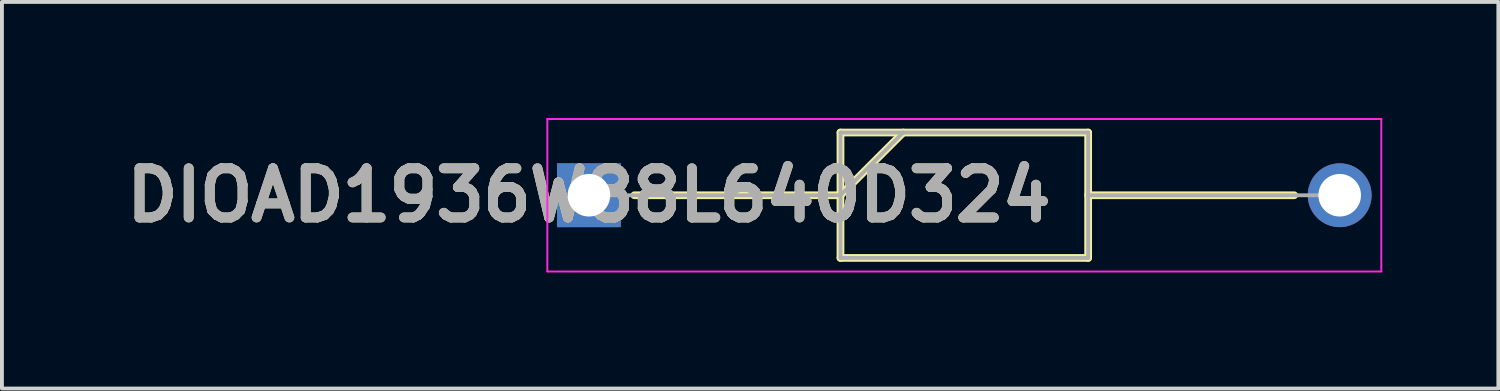
<source format=kicad_pcb>
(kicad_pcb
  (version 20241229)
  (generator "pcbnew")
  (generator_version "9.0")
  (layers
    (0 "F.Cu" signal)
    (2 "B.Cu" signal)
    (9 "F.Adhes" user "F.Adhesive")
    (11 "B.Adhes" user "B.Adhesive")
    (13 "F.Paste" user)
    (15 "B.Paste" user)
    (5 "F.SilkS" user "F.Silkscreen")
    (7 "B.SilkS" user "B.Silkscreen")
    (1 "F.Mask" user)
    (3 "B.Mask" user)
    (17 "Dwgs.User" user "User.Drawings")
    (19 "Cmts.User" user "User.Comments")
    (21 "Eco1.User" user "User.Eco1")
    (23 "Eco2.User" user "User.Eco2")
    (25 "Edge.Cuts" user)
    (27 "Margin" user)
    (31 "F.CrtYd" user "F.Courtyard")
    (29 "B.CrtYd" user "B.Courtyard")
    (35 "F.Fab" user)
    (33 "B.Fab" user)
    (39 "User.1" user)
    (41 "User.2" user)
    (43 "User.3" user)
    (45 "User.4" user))
  (footprint "DIOAD1936W88L640D324"
    (layer "F.Cu")
    (at 12.168 1.995)
    (property "Reference" "DIOAD1936W88L640D324" (at 0 0 0) (layer "F.SilkS") (effects (font (size 1.27 1.27) (thickness 0.254))))
    (attr through_hole)
    (fp_line (start 1.175 0) (end 6.5 0) (stroke (width 0.2) (type solid)) (layer "F.SilkS"))
    (fp_line (start 6.5 -1.62) (end 12.9 -1.62) (stroke (width 0.2) (type solid)) (layer "F.SilkS"))
    (fp_line (start 6.5 0) (end 8.12 -1.62) (stroke (width 0.2) (type solid)) (layer "F.SilkS"))
    (fp_line (start 6.5 1.62) (end 6.5 -1.62) (stroke (width 0.2) (type solid)) (layer "F.SilkS"))
    (fp_line (start 12.9 -1.62) (end 12.9 1.62) (stroke (width 0.2) (type solid)) (layer "F.SilkS"))
    (fp_line (start 12.9 0) (end 18.225 0) (stroke (width 0.2) (type solid)) (layer "F.SilkS"))
    (fp_line (start 12.9 1.62) (end 6.5 1.62) (stroke (width 0.2) (type solid)) (layer "F.SilkS"))
    (fp_line (start -1.075 -1.97) (end 20.475 -1.97) (stroke (width 0.05) (type solid)) (layer "F.CrtYd"))
    (fp_line (start -1.075 1.97) (end -1.075 -1.97) (stroke (width 0.05) (type solid)) (layer "F.CrtYd"))
    (fp_line (start 20.475 -1.97) (end 20.475 1.97) (stroke (width 0.05) (type solid)) (layer "F.CrtYd"))
    (fp_line (start 20.475 1.97) (end -1.075 1.97) (stroke (width 0.05) (type solid)) (layer "F.CrtYd"))
    (fp_line (start 0 0) (end 6.5 0) (stroke (width 0.1) (type solid)) (layer "F.Fab"))
    (fp_line (start 6.5 -1.62) (end 12.9 -1.62) (stroke (width 0.1) (type solid)) (layer "F.Fab"))
    (fp_line (start 6.5 0) (end 8.12 -1.62) (stroke (width 0.1) (type solid)) (layer "F.Fab"))
    (fp_line (start 6.5 1.62) (end 6.5 -1.62) (stroke (width 0.1) (type solid)) (layer "F.Fab"))
    (fp_line (start 12.9 -1.62) (end 12.9 1.62) (stroke (width 0.1) (type solid)) (layer "F.Fab"))
    (fp_line (start 12.9 0) (end 19.4 0) (stroke (width 0.1) (type solid)) (layer "F.Fab"))
    (fp_line (start 12.9 1.62) (end 6.5 1.62) (stroke (width 0.1) (type solid)) (layer "F.Fab"))
    (fp_text user "${REFERENCE}" (at 0 0 0) (layer "F.Fab") (effects (font (size 1.27 1.27) (thickness 0.254))))
    (pad "1" thru_hole rect (at 0 0) (size 1.65 1.65) (drill 1.1) (layers "*.Cu" "*.Mask"))
    (pad "2" thru_hole circle (at 19.4 0) (size 1.65 1.65) (drill 1.1) (layers "*.Cu" "*.Mask")))
  (gr_rect
    (start -3 -3)
    (end 35.668 6.99)
    (stroke (width 0.1) (type default))
    (fill no)
    (layer "Edge.Cuts")))
</source>
